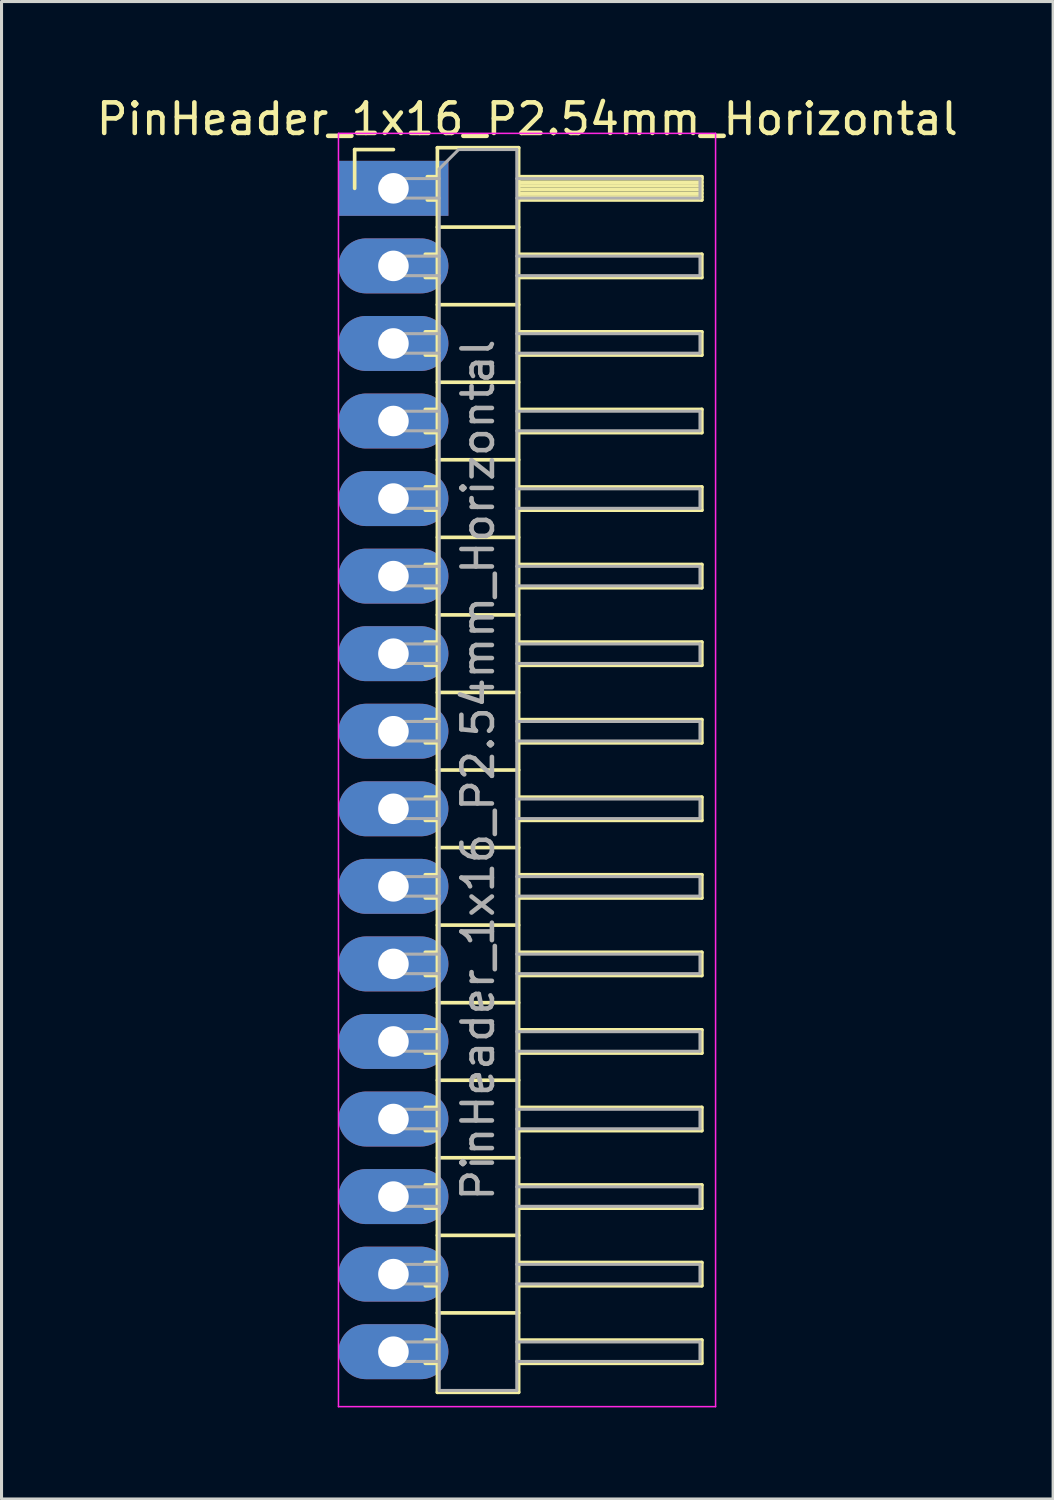
<source format=kicad_pcb>
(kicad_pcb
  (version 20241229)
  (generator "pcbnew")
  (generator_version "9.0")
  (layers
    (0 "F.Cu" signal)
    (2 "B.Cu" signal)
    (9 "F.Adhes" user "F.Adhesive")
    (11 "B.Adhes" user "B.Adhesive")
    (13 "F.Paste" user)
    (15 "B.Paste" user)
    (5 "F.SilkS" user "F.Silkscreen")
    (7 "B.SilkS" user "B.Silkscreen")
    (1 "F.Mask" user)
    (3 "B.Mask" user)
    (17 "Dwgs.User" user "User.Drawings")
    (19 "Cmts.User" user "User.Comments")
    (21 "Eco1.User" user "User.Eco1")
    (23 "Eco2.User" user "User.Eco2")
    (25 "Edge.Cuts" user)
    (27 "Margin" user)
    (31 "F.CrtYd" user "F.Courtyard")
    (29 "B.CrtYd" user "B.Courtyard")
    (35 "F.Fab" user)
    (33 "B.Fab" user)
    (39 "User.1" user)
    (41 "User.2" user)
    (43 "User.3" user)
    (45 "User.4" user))
  (footprint "PinHeader_1x16_P2.54mm_Horizontal"
    (layer "F.Cu")
    (at 9.835 3.118)
    (property "Reference" "PinHeader_1x16_P2.54mm_Horizontal" (at 4.385 -2.27 0) (layer "F.SilkS") (effects (font (size 1 1) (thickness 0.15))))
    (attr through_hole)
    (fp_line (start -1.27 -1.27) (end 0 -1.27) (stroke (width 0.12) (type solid)) (layer "F.SilkS"))
    (fp_line (start -1.27 0) (end -1.27 -1.27) (stroke (width 0.12) (type solid)) (layer "F.SilkS"))
    (fp_line (start 1.043 2.16) (end 1.44 2.16) (stroke (width 0.12) (type solid)) (layer "F.SilkS"))
    (fp_line (start 1.043 2.92) (end 1.44 2.92) (stroke (width 0.12) (type solid)) (layer "F.SilkS"))
    (fp_line (start 1.043 4.7) (end 1.44 4.7) (stroke (width 0.12) (type solid)) (layer "F.SilkS"))
    (fp_line (start 1.043 5.46) (end 1.44 5.46) (stroke (width 0.12) (type solid)) (layer "F.SilkS"))
    (fp_line (start 1.043 7.24) (end 1.44 7.24) (stroke (width 0.12) (type solid)) (layer "F.SilkS"))
    (fp_line (start 1.043 8) (end 1.44 8) (stroke (width 0.12) (type solid)) (layer "F.SilkS"))
    (fp_line (start 1.043 9.78) (end 1.44 9.78) (stroke (width 0.12) (type solid)) (layer "F.SilkS"))
    (fp_line (start 1.043 10.54) (end 1.44 10.54) (stroke (width 0.12) (type solid)) (layer "F.SilkS"))
    (fp_line (start 1.043 12.32) (end 1.44 12.32) (stroke (width 0.12) (type solid)) (layer "F.SilkS"))
    (fp_line (start 1.043 13.08) (end 1.44 13.08) (stroke (width 0.12) (type solid)) (layer "F.SilkS"))
    (fp_line (start 1.043 14.86) (end 1.44 14.86) (stroke (width 0.12) (type solid)) (layer "F.SilkS"))
    (fp_line (start 1.043 15.62) (end 1.44 15.62) (stroke (width 0.12) (type solid)) (layer "F.SilkS"))
    (fp_line (start 1.043 17.4) (end 1.44 17.4) (stroke (width 0.12) (type solid)) (layer "F.SilkS"))
    (fp_line (start 1.043 18.16) (end 1.44 18.16) (stroke (width 0.12) (type solid)) (layer "F.SilkS"))
    (fp_line (start 1.043 19.94) (end 1.44 19.94) (stroke (width 0.12) (type solid)) (layer "F.SilkS"))
    (fp_line (start 1.043 20.7) (end 1.44 20.7) (stroke (width 0.12) (type solid)) (layer "F.SilkS"))
    (fp_line (start 1.043 22.48) (end 1.44 22.48) (stroke (width 0.12) (type solid)) (layer "F.SilkS"))
    (fp_line (start 1.043 23.24) (end 1.44 23.24) (stroke (width 0.12) (type solid)) (layer "F.SilkS"))
    (fp_line (start 1.043 25.02) (end 1.44 25.02) (stroke (width 0.12) (type solid)) (layer "F.SilkS"))
    (fp_line (start 1.043 25.78) (end 1.44 25.78) (stroke (width 0.12) (type solid)) (layer "F.SilkS"))
    (fp_line (start 1.043 27.56) (end 1.44 27.56) (stroke (width 0.12) (type solid)) (layer "F.SilkS"))
    (fp_line (start 1.043 28.32) (end 1.44 28.32) (stroke (width 0.12) (type solid)) (layer "F.SilkS"))
    (fp_line (start 1.043 30.1) (end 1.44 30.1) (stroke (width 0.12) (type solid)) (layer "F.SilkS"))
    (fp_line (start 1.043 30.86) (end 1.44 30.86) (stroke (width 0.12) (type solid)) (layer "F.SilkS"))
    (fp_line (start 1.043 32.64) (end 1.44 32.64) (stroke (width 0.12) (type solid)) (layer "F.SilkS"))
    (fp_line (start 1.043 33.4) (end 1.44 33.4) (stroke (width 0.12) (type solid)) (layer "F.SilkS"))
    (fp_line (start 1.043 35.18) (end 1.44 35.18) (stroke (width 0.12) (type solid)) (layer "F.SilkS"))
    (fp_line (start 1.043 35.94) (end 1.44 35.94) (stroke (width 0.12) (type solid)) (layer "F.SilkS"))
    (fp_line (start 1.043 37.72) (end 1.44 37.72) (stroke (width 0.12) (type solid)) (layer "F.SilkS"))
    (fp_line (start 1.043 38.48) (end 1.44 38.48) (stroke (width 0.12) (type solid)) (layer "F.SilkS"))
    (fp_line (start 1.11 -0.38) (end 1.44 -0.38) (stroke (width 0.12) (type solid)) (layer "F.SilkS"))
    (fp_line (start 1.11 0.38) (end 1.44 0.38) (stroke (width 0.12) (type solid)) (layer "F.SilkS"))
    (fp_line (start 1.44 -1.33) (end 1.44 39.43) (stroke (width 0.12) (type solid)) (layer "F.SilkS"))
    (fp_line (start 1.44 1.27) (end 4.1 1.27) (stroke (width 0.12) (type solid)) (layer "F.SilkS"))
    (fp_line (start 1.44 3.81) (end 4.1 3.81) (stroke (width 0.12) (type solid)) (layer "F.SilkS"))
    (fp_line (start 1.44 6.35) (end 4.1 6.35) (stroke (width 0.12) (type solid)) (layer "F.SilkS"))
    (fp_line (start 1.44 8.89) (end 4.1 8.89) (stroke (width 0.12) (type solid)) (layer "F.SilkS"))
    (fp_line (start 1.44 11.43) (end 4.1 11.43) (stroke (width 0.12) (type solid)) (layer "F.SilkS"))
    (fp_line (start 1.44 13.97) (end 4.1 13.97) (stroke (width 0.12) (type solid)) (layer "F.SilkS"))
    (fp_line (start 1.44 16.51) (end 4.1 16.51) (stroke (width 0.12) (type solid)) (layer "F.SilkS"))
    (fp_line (start 1.44 19.05) (end 4.1 19.05) (stroke (width 0.12) (type solid)) (layer "F.SilkS"))
    (fp_line (start 1.44 21.59) (end 4.1 21.59) (stroke (width 0.12) (type solid)) (layer "F.SilkS"))
    (fp_line (start 1.44 24.13) (end 4.1 24.13) (stroke (width 0.12) (type solid)) (layer "F.SilkS"))
    (fp_line (start 1.44 26.67) (end 4.1 26.67) (stroke (width 0.12) (type solid)) (layer "F.SilkS"))
    (fp_line (start 1.44 29.21) (end 4.1 29.21) (stroke (width 0.12) (type solid)) (layer "F.SilkS"))
    (fp_line (start 1.44 31.75) (end 4.1 31.75) (stroke (width 0.12) (type solid)) (layer "F.SilkS"))
    (fp_line (start 1.44 34.29) (end 4.1 34.29) (stroke (width 0.12) (type solid)) (layer "F.SilkS"))
    (fp_line (start 1.44 36.83) (end 4.1 36.83) (stroke (width 0.12) (type solid)) (layer "F.SilkS"))
    (fp_line (start 1.44 39.43) (end 4.1 39.43) (stroke (width 0.12) (type solid)) (layer "F.SilkS"))
    (fp_line (start 4.1 -1.33) (end 1.44 -1.33) (stroke (width 0.12) (type solid)) (layer "F.SilkS"))
    (fp_line (start 4.1 -0.38) (end 10.1 -0.38) (stroke (width 0.12) (type solid)) (layer "F.SilkS"))
    (fp_line (start 4.1 -0.32) (end 10.1 -0.32) (stroke (width 0.12) (type solid)) (layer "F.SilkS"))
    (fp_line (start 4.1 -0.2) (end 10.1 -0.2) (stroke (width 0.12) (type solid)) (layer "F.SilkS"))
    (fp_line (start 4.1 -0.08) (end 10.1 -0.08) (stroke (width 0.12) (type solid)) (layer "F.SilkS"))
    (fp_line (start 4.1 0.04) (end 10.1 0.04) (stroke (width 0.12) (type solid)) (layer "F.SilkS"))
    (fp_line (start 4.1 0.16) (end 10.1 0.16) (stroke (width 0.12) (type solid)) (layer "F.SilkS"))
    (fp_line (start 4.1 0.28) (end 10.1 0.28) (stroke (width 0.12) (type solid)) (layer "F.SilkS"))
    (fp_line (start 4.1 2.16) (end 10.1 2.16) (stroke (width 0.12) (type solid)) (layer "F.SilkS"))
    (fp_line (start 4.1 4.7) (end 10.1 4.7) (stroke (width 0.12) (type solid)) (layer "F.SilkS"))
    (fp_line (start 4.1 7.24) (end 10.1 7.24) (stroke (width 0.12) (type solid)) (layer "F.SilkS"))
    (fp_line (start 4.1 9.78) (end 10.1 9.78) (stroke (width 0.12) (type solid)) (layer "F.SilkS"))
    (fp_line (start 4.1 12.32) (end 10.1 12.32) (stroke (width 0.12) (type solid)) (layer "F.SilkS"))
    (fp_line (start 4.1 14.86) (end 10.1 14.86) (stroke (width 0.12) (type solid)) (layer "F.SilkS"))
    (fp_line (start 4.1 17.4) (end 10.1 17.4) (stroke (width 0.12) (type solid)) (layer "F.SilkS"))
    (fp_line (start 4.1 19.94) (end 10.1 19.94) (stroke (width 0.12) (type solid)) (layer "F.SilkS"))
    (fp_line (start 4.1 22.48) (end 10.1 22.48) (stroke (width 0.12) (type solid)) (layer "F.SilkS"))
    (fp_line (start 4.1 25.02) (end 10.1 25.02) (stroke (width 0.12) (type solid)) (layer "F.SilkS"))
    (fp_line (start 4.1 27.56) (end 10.1 27.56) (stroke (width 0.12) (type solid)) (layer "F.SilkS"))
    (fp_line (start 4.1 30.1) (end 10.1 30.1) (stroke (width 0.12) (type solid)) (layer "F.SilkS"))
    (fp_line (start 4.1 32.64) (end 10.1 32.64) (stroke (width 0.12) (type solid)) (layer "F.SilkS"))
    (fp_line (start 4.1 35.18) (end 10.1 35.18) (stroke (width 0.12) (type solid)) (layer "F.SilkS"))
    (fp_line (start 4.1 37.72) (end 10.1 37.72) (stroke (width 0.12) (type solid)) (layer "F.SilkS"))
    (fp_line (start 4.1 39.43) (end 4.1 -1.33) (stroke (width 0.12) (type solid)) (layer "F.SilkS"))
    (fp_line (start 10.1 -0.38) (end 10.1 0.38) (stroke (width 0.12) (type solid)) (layer "F.SilkS"))
    (fp_line (start 10.1 0.38) (end 4.1 0.38) (stroke (width 0.12) (type solid)) (layer "F.SilkS"))
    (fp_line (start 10.1 2.16) (end 10.1 2.92) (stroke (width 0.12) (type solid)) (layer "F.SilkS"))
    (fp_line (start 10.1 2.92) (end 4.1 2.92) (stroke (width 0.12) (type solid)) (layer "F.SilkS"))
    (fp_line (start 10.1 4.7) (end 10.1 5.46) (stroke (width 0.12) (type solid)) (layer "F.SilkS"))
    (fp_line (start 10.1 5.46) (end 4.1 5.46) (stroke (width 0.12) (type solid)) (layer "F.SilkS"))
    (fp_line (start 10.1 7.24) (end 10.1 8) (stroke (width 0.12) (type solid)) (layer "F.SilkS"))
    (fp_line (start 10.1 8) (end 4.1 8) (stroke (width 0.12) (type solid)) (layer "F.SilkS"))
    (fp_line (start 10.1 9.78) (end 10.1 10.54) (stroke (width 0.12) (type solid)) (layer "F.SilkS"))
    (fp_line (start 10.1 10.54) (end 4.1 10.54) (stroke (width 0.12) (type solid)) (layer "F.SilkS"))
    (fp_line (start 10.1 12.32) (end 10.1 13.08) (stroke (width 0.12) (type solid)) (layer "F.SilkS"))
    (fp_line (start 10.1 13.08) (end 4.1 13.08) (stroke (width 0.12) (type solid)) (layer "F.SilkS"))
    (fp_line (start 10.1 14.86) (end 10.1 15.62) (stroke (width 0.12) (type solid)) (layer "F.SilkS"))
    (fp_line (start 10.1 15.62) (end 4.1 15.62) (stroke (width 0.12) (type solid)) (layer "F.SilkS"))
    (fp_line (start 10.1 17.4) (end 10.1 18.16) (stroke (width 0.12) (type solid)) (layer "F.SilkS"))
    (fp_line (start 10.1 18.16) (end 4.1 18.16) (stroke (width 0.12) (type solid)) (layer "F.SilkS"))
    (fp_line (start 10.1 19.94) (end 10.1 20.7) (stroke (width 0.12) (type solid)) (layer "F.SilkS"))
    (fp_line (start 10.1 20.7) (end 4.1 20.7) (stroke (width 0.12) (type solid)) (layer "F.SilkS"))
    (fp_line (start 10.1 22.48) (end 10.1 23.24) (stroke (width 0.12) (type solid)) (layer "F.SilkS"))
    (fp_line (start 10.1 23.24) (end 4.1 23.24) (stroke (width 0.12) (type solid)) (layer "F.SilkS"))
    (fp_line (start 10.1 25.02) (end 10.1 25.78) (stroke (width 0.12) (type solid)) (layer "F.SilkS"))
    (fp_line (start 10.1 25.78) (end 4.1 25.78) (stroke (width 0.12) (type solid)) (layer "F.SilkS"))
    (fp_line (start 10.1 27.56) (end 10.1 28.32) (stroke (width 0.12) (type solid)) (layer "F.SilkS"))
    (fp_line (start 10.1 28.32) (end 4.1 28.32) (stroke (width 0.12) (type solid)) (layer "F.SilkS"))
    (fp_line (start 10.1 30.1) (end 10.1 30.86) (stroke (width 0.12) (type solid)) (layer "F.SilkS"))
    (fp_line (start 10.1 30.86) (end 4.1 30.86) (stroke (width 0.12) (type solid)) (layer "F.SilkS"))
    (fp_line (start 10.1 32.64) (end 10.1 33.4) (stroke (width 0.12) (type solid)) (layer "F.SilkS"))
    (fp_line (start 10.1 33.4) (end 4.1 33.4) (stroke (width 0.12) (type solid)) (layer "F.SilkS"))
    (fp_line (start 10.1 35.18) (end 10.1 35.94) (stroke (width 0.12) (type solid)) (layer "F.SilkS"))
    (fp_line (start 10.1 35.94) (end 4.1 35.94) (stroke (width 0.12) (type solid)) (layer "F.SilkS"))
    (fp_line (start 10.1 37.72) (end 10.1 38.48) (stroke (width 0.12) (type solid)) (layer "F.SilkS"))
    (fp_line (start 10.1 38.48) (end 4.1 38.48) (stroke (width 0.12) (type solid)) (layer "F.SilkS"))
    (fp_line (start -1.8 -1.8) (end -1.8 39.9) (stroke (width 0.05) (type solid)) (layer "F.CrtYd"))
    (fp_line (start -1.8 39.9) (end 10.55 39.9) (stroke (width 0.05) (type solid)) (layer "F.CrtYd"))
    (fp_line (start 10.55 -1.8) (end -1.8 -1.8) (stroke (width 0.05) (type solid)) (layer "F.CrtYd"))
    (fp_line (start 10.55 39.9) (end 10.55 -1.8) (stroke (width 0.05) (type solid)) (layer "F.CrtYd"))
    (fp_line (start -0.32 -0.32) (end -0.32 0.32) (stroke (width 0.1) (type solid)) (layer "F.Fab"))
    (fp_line (start -0.32 -0.32) (end 1.5 -0.32) (stroke (width 0.1) (type solid)) (layer "F.Fab"))
    (fp_line (start -0.32 0.32) (end 1.5 0.32) (stroke (width 0.1) (type solid)) (layer "F.Fab"))
    (fp_line (start -0.32 2.22) (end -0.32 2.86) (stroke (width 0.1) (type solid)) (layer "F.Fab"))
    (fp_line (start -0.32 2.22) (end 1.5 2.22) (stroke (width 0.1) (type solid)) (layer "F.Fab"))
    (fp_line (start -0.32 2.86) (end 1.5 2.86) (stroke (width 0.1) (type solid)) (layer "F.Fab"))
    (fp_line (start -0.32 4.76) (end -0.32 5.4) (stroke (width 0.1) (type solid)) (layer "F.Fab"))
    (fp_line (start -0.32 4.76) (end 1.5 4.76) (stroke (width 0.1) (type solid)) (layer "F.Fab"))
    (fp_line (start -0.32 5.4) (end 1.5 5.4) (stroke (width 0.1) (type solid)) (layer "F.Fab"))
    (fp_line (start -0.32 7.3) (end -0.32 7.94) (stroke (width 0.1) (type solid)) (layer "F.Fab"))
    (fp_line (start -0.32 7.3) (end 1.5 7.3) (stroke (width 0.1) (type solid)) (layer "F.Fab"))
    (fp_line (start -0.32 7.94) (end 1.5 7.94) (stroke (width 0.1) (type solid)) (layer "F.Fab"))
    (fp_line (start -0.32 9.84) (end -0.32 10.48) (stroke (width 0.1) (type solid)) (layer "F.Fab"))
    (fp_line (start -0.32 9.84) (end 1.5 9.84) (stroke (width 0.1) (type solid)) (layer "F.Fab"))
    (fp_line (start -0.32 10.48) (end 1.5 10.48) (stroke (width 0.1) (type solid)) (layer "F.Fab"))
    (fp_line (start -0.32 12.38) (end -0.32 13.02) (stroke (width 0.1) (type solid)) (layer "F.Fab"))
    (fp_line (start -0.32 12.38) (end 1.5 12.38) (stroke (width 0.1) (type solid)) (layer "F.Fab"))
    (fp_line (start -0.32 13.02) (end 1.5 13.02) (stroke (width 0.1) (type solid)) (layer "F.Fab"))
    (fp_line (start -0.32 14.92) (end -0.32 15.56) (stroke (width 0.1) (type solid)) (layer "F.Fab"))
    (fp_line (start -0.32 14.92) (end 1.5 14.92) (stroke (width 0.1) (type solid)) (layer "F.Fab"))
    (fp_line (start -0.32 15.56) (end 1.5 15.56) (stroke (width 0.1) (type solid)) (layer "F.Fab"))
    (fp_line (start -0.32 17.46) (end -0.32 18.1) (stroke (width 0.1) (type solid)) (layer "F.Fab"))
    (fp_line (start -0.32 17.46) (end 1.5 17.46) (stroke (width 0.1) (type solid)) (layer "F.Fab"))
    (fp_line (start -0.32 18.1) (end 1.5 18.1) (stroke (width 0.1) (type solid)) (layer "F.Fab"))
    (fp_line (start -0.32 20) (end -0.32 20.64) (stroke (width 0.1) (type solid)) (layer "F.Fab"))
    (fp_line (start -0.32 20) (end 1.5 20) (stroke (width 0.1) (type solid)) (layer "F.Fab"))
    (fp_line (start -0.32 20.64) (end 1.5 20.64) (stroke (width 0.1) (type solid)) (layer "F.Fab"))
    (fp_line (start -0.32 22.54) (end -0.32 23.18) (stroke (width 0.1) (type solid)) (layer "F.Fab"))
    (fp_line (start -0.32 22.54) (end 1.5 22.54) (stroke (width 0.1) (type solid)) (layer "F.Fab"))
    (fp_line (start -0.32 23.18) (end 1.5 23.18) (stroke (width 0.1) (type solid)) (layer "F.Fab"))
    (fp_line (start -0.32 25.08) (end -0.32 25.72) (stroke (width 0.1) (type solid)) (layer "F.Fab"))
    (fp_line (start -0.32 25.08) (end 1.5 25.08) (stroke (width 0.1) (type solid)) (layer "F.Fab"))
    (fp_line (start -0.32 25.72) (end 1.5 25.72) (stroke (width 0.1) (type solid)) (layer "F.Fab"))
    (fp_line (start -0.32 27.62) (end -0.32 28.26) (stroke (width 0.1) (type solid)) (layer "F.Fab"))
    (fp_line (start -0.32 27.62) (end 1.5 27.62) (stroke (width 0.1) (type solid)) (layer "F.Fab"))
    (fp_line (start -0.32 28.26) (end 1.5 28.26) (stroke (width 0.1) (type solid)) (layer "F.Fab"))
    (fp_line (start -0.32 30.16) (end -0.32 30.8) (stroke (width 0.1) (type solid)) (layer "F.Fab"))
    (fp_line (start -0.32 30.16) (end 1.5 30.16) (stroke (width 0.1) (type solid)) (layer "F.Fab"))
    (fp_line (start -0.32 30.8) (end 1.5 30.8) (stroke (width 0.1) (type solid)) (layer "F.Fab"))
    (fp_line (start -0.32 32.7) (end -0.32 33.34) (stroke (width 0.1) (type solid)) (layer "F.Fab"))
    (fp_line (start -0.32 32.7) (end 1.5 32.7) (stroke (width 0.1) (type solid)) (layer "F.Fab"))
    (fp_line (start -0.32 33.34) (end 1.5 33.34) (stroke (width 0.1) (type solid)) (layer "F.Fab"))
    (fp_line (start -0.32 35.24) (end -0.32 35.88) (stroke (width 0.1) (type solid)) (layer "F.Fab"))
    (fp_line (start -0.32 35.24) (end 1.5 35.24) (stroke (width 0.1) (type solid)) (layer "F.Fab"))
    (fp_line (start -0.32 35.88) (end 1.5 35.88) (stroke (width 0.1) (type solid)) (layer "F.Fab"))
    (fp_line (start -0.32 37.78) (end -0.32 38.42) (stroke (width 0.1) (type solid)) (layer "F.Fab"))
    (fp_line (start -0.32 37.78) (end 1.5 37.78) (stroke (width 0.1) (type solid)) (layer "F.Fab"))
    (fp_line (start -0.32 38.42) (end 1.5 38.42) (stroke (width 0.1) (type solid)) (layer "F.Fab"))
    (fp_line (start 1.5 -0.635) (end 2.135 -1.27) (stroke (width 0.1) (type solid)) (layer "F.Fab"))
    (fp_line (start 1.5 39.37) (end 1.5 -0.635) (stroke (width 0.1) (type solid)) (layer "F.Fab"))
    (fp_line (start 2.135 -1.27) (end 4.04 -1.27) (stroke (width 0.1) (type solid)) (layer "F.Fab"))
    (fp_line (start 4.04 -1.27) (end 4.04 39.37) (stroke (width 0.1) (type solid)) (layer "F.Fab"))
    (fp_line (start 4.04 -0.32) (end 10.04 -0.32) (stroke (width 0.1) (type solid)) (layer "F.Fab"))
    (fp_line (start 4.04 0.32) (end 10.04 0.32) (stroke (width 0.1) (type solid)) (layer "F.Fab"))
    (fp_line (start 4.04 2.22) (end 10.04 2.22) (stroke (width 0.1) (type solid)) (layer "F.Fab"))
    (fp_line (start 4.04 2.86) (end 10.04 2.86) (stroke (width 0.1) (type solid)) (layer "F.Fab"))
    (fp_line (start 4.04 4.76) (end 10.04 4.76) (stroke (width 0.1) (type solid)) (layer "F.Fab"))
    (fp_line (start 4.04 5.4) (end 10.04 5.4) (stroke (width 0.1) (type solid)) (layer "F.Fab"))
    (fp_line (start 4.04 7.3) (end 10.04 7.3) (stroke (width 0.1) (type solid)) (layer "F.Fab"))
    (fp_line (start 4.04 7.94) (end 10.04 7.94) (stroke (width 0.1) (type solid)) (layer "F.Fab"))
    (fp_line (start 4.04 9.84) (end 10.04 9.84) (stroke (width 0.1) (type solid)) (layer "F.Fab"))
    (fp_line (start 4.04 10.48) (end 10.04 10.48) (stroke (width 0.1) (type solid)) (layer "F.Fab"))
    (fp_line (start 4.04 12.38) (end 10.04 12.38) (stroke (width 0.1) (type solid)) (layer "F.Fab"))
    (fp_line (start 4.04 13.02) (end 10.04 13.02) (stroke (width 0.1) (type solid)) (layer "F.Fab"))
    (fp_line (start 4.04 14.92) (end 10.04 14.92) (stroke (width 0.1) (type solid)) (layer "F.Fab"))
    (fp_line (start 4.04 15.56) (end 10.04 15.56) (stroke (width 0.1) (type solid)) (layer "F.Fab"))
    (fp_line (start 4.04 17.46) (end 10.04 17.46) (stroke (width 0.1) (type solid)) (layer "F.Fab"))
    (fp_line (start 4.04 18.1) (end 10.04 18.1) (stroke (width 0.1) (type solid)) (layer "F.Fab"))
    (fp_line (start 4.04 20) (end 10.04 20) (stroke (width 0.1) (type solid)) (layer "F.Fab"))
    (fp_line (start 4.04 20.64) (end 10.04 20.64) (stroke (width 0.1) (type solid)) (layer "F.Fab"))
    (fp_line (start 4.04 22.54) (end 10.04 22.54) (stroke (width 0.1) (type solid)) (layer "F.Fab"))
    (fp_line (start 4.04 23.18) (end 10.04 23.18) (stroke (width 0.1) (type solid)) (layer "F.Fab"))
    (fp_line (start 4.04 25.08) (end 10.04 25.08) (stroke (width 0.1) (type solid)) (layer "F.Fab"))
    (fp_line (start 4.04 25.72) (end 10.04 25.72) (stroke (width 0.1) (type solid)) (layer "F.Fab"))
    (fp_line (start 4.04 27.62) (end 10.04 27.62) (stroke (width 0.1) (type solid)) (layer "F.Fab"))
    (fp_line (start 4.04 28.26) (end 10.04 28.26) (stroke (width 0.1) (type solid)) (layer "F.Fab"))
    (fp_line (start 4.04 30.16) (end 10.04 30.16) (stroke (width 0.1) (type solid)) (layer "F.Fab"))
    (fp_line (start 4.04 30.8) (end 10.04 30.8) (stroke (width 0.1) (type solid)) (layer "F.Fab"))
    (fp_line (start 4.04 32.7) (end 10.04 32.7) (stroke (width 0.1) (type solid)) (layer "F.Fab"))
    (fp_line (start 4.04 33.34) (end 10.04 33.34) (stroke (width 0.1) (type solid)) (layer "F.Fab"))
    (fp_line (start 4.04 35.24) (end 10.04 35.24) (stroke (width 0.1) (type solid)) (layer "F.Fab"))
    (fp_line (start 4.04 35.88) (end 10.04 35.88) (stroke (width 0.1) (type solid)) (layer "F.Fab"))
    (fp_line (start 4.04 37.78) (end 10.04 37.78) (stroke (width 0.1) (type solid)) (layer "F.Fab"))
    (fp_line (start 4.04 38.42) (end 10.04 38.42) (stroke (width 0.1) (type solid)) (layer "F.Fab"))
    (fp_line (start 4.04 39.37) (end 1.5 39.37) (stroke (width 0.1) (type solid)) (layer "F.Fab"))
    (fp_line (start 10.04 -0.32) (end 10.04 0.32) (stroke (width 0.1) (type solid)) (layer "F.Fab"))
    (fp_line (start 10.04 2.22) (end 10.04 2.86) (stroke (width 0.1) (type solid)) (layer "F.Fab"))
    (fp_line (start 10.04 4.76) (end 10.04 5.4) (stroke (width 0.1) (type solid)) (layer "F.Fab"))
    (fp_line (start 10.04 7.3) (end 10.04 7.94) (stroke (width 0.1) (type solid)) (layer "F.Fab"))
    (fp_line (start 10.04 9.84) (end 10.04 10.48) (stroke (width 0.1) (type solid)) (layer "F.Fab"))
    (fp_line (start 10.04 12.38) (end 10.04 13.02) (stroke (width 0.1) (type solid)) (layer "F.Fab"))
    (fp_line (start 10.04 14.92) (end 10.04 15.56) (stroke (width 0.1) (type solid)) (layer "F.Fab"))
    (fp_line (start 10.04 17.46) (end 10.04 18.1) (stroke (width 0.1) (type solid)) (layer "F.Fab"))
    (fp_line (start 10.04 20) (end 10.04 20.64) (stroke (width 0.1) (type solid)) (layer "F.Fab"))
    (fp_line (start 10.04 22.54) (end 10.04 23.18) (stroke (width 0.1) (type solid)) (layer "F.Fab"))
    (fp_line (start 10.04 25.08) (end 10.04 25.72) (stroke (width 0.1) (type solid)) (layer "F.Fab"))
    (fp_line (start 10.04 27.62) (end 10.04 28.26) (stroke (width 0.1) (type solid)) (layer "F.Fab"))
    (fp_line (start 10.04 30.16) (end 10.04 30.8) (stroke (width 0.1) (type solid)) (layer "F.Fab"))
    (fp_line (start 10.04 32.7) (end 10.04 33.34) (stroke (width 0.1) (type solid)) (layer "F.Fab"))
    (fp_line (start 10.04 35.24) (end 10.04 35.88) (stroke (width 0.1) (type solid)) (layer "F.Fab"))
    (fp_line (start 10.04 37.78) (end 10.04 38.42) (stroke (width 0.1) (type solid)) (layer "F.Fab"))
    (fp_text user "${REFERENCE}" (at 2.77 19.05 90) (layer "F.Fab") (effects (font (size 1 1) (thickness 0.15))))
    (pad "1" thru_hole rect (at 0 0) (size 3.6 1.8) (drill 1) (layers "*.Cu" "*.Mask"))
    (pad "2" thru_hole oval (at 0 2.54) (size 3.6 1.8) (drill 1) (layers "*.Cu" "*.Mask"))
    (pad "3" thru_hole oval (at 0 5.08) (size 3.6 1.8) (drill 1) (layers "*.Cu" "*.Mask"))
    (pad "4" thru_hole oval (at 0 7.62) (size 3.6 1.8) (drill 1) (layers "*.Cu" "*.Mask"))
    (pad "5" thru_hole oval (at 0 10.16) (size 3.6 1.8) (drill 1) (layers "*.Cu" "*.Mask"))
    (pad "6" thru_hole oval (at 0 12.7) (size 3.6 1.8) (drill 1) (layers "*.Cu" "*.Mask"))
    (pad "7" thru_hole oval (at 0 15.24) (size 3.6 1.8) (drill 1) (layers "*.Cu" "*.Mask"))
    (pad "8" thru_hole oval (at 0 17.78) (size 3.6 1.8) (drill 1) (layers "*.Cu" "*.Mask"))
    (pad "9" thru_hole oval (at 0 20.32) (size 3.6 1.8) (drill 1) (layers "*.Cu" "*.Mask"))
    (pad "10" thru_hole oval (at 0 22.86) (size 3.6 1.8) (drill 1) (layers "*.Cu" "*.Mask"))
    (pad "11" thru_hole oval (at 0 25.4) (size 3.6 1.8) (drill 1) (layers "*.Cu" "*.Mask"))
    (pad "12" thru_hole oval (at 0 27.94) (size 3.6 1.8) (drill 1) (layers "*.Cu" "*.Mask"))
    (pad "13" thru_hole oval (at 0 30.48) (size 3.6 1.8) (drill 1) (layers "*.Cu" "*.Mask"))
    (pad "14" thru_hole oval (at 0 33.02) (size 3.6 1.8) (drill 1) (layers "*.Cu" "*.Mask"))
    (pad "15" thru_hole oval (at 0 35.56) (size 3.6 1.8) (drill 1) (layers "*.Cu" "*.Mask"))
    (pad "16" thru_hole oval (at 0 38.1) (size 3.6 1.8) (drill 1) (layers "*.Cu" "*.Mask")))
  (gr_rect
    (start -3 -3)
    (end 31.44 46.043)
    (stroke (width 0.1) (type default))
    (fill no)
    (layer "Edge.Cuts")))
</source>
